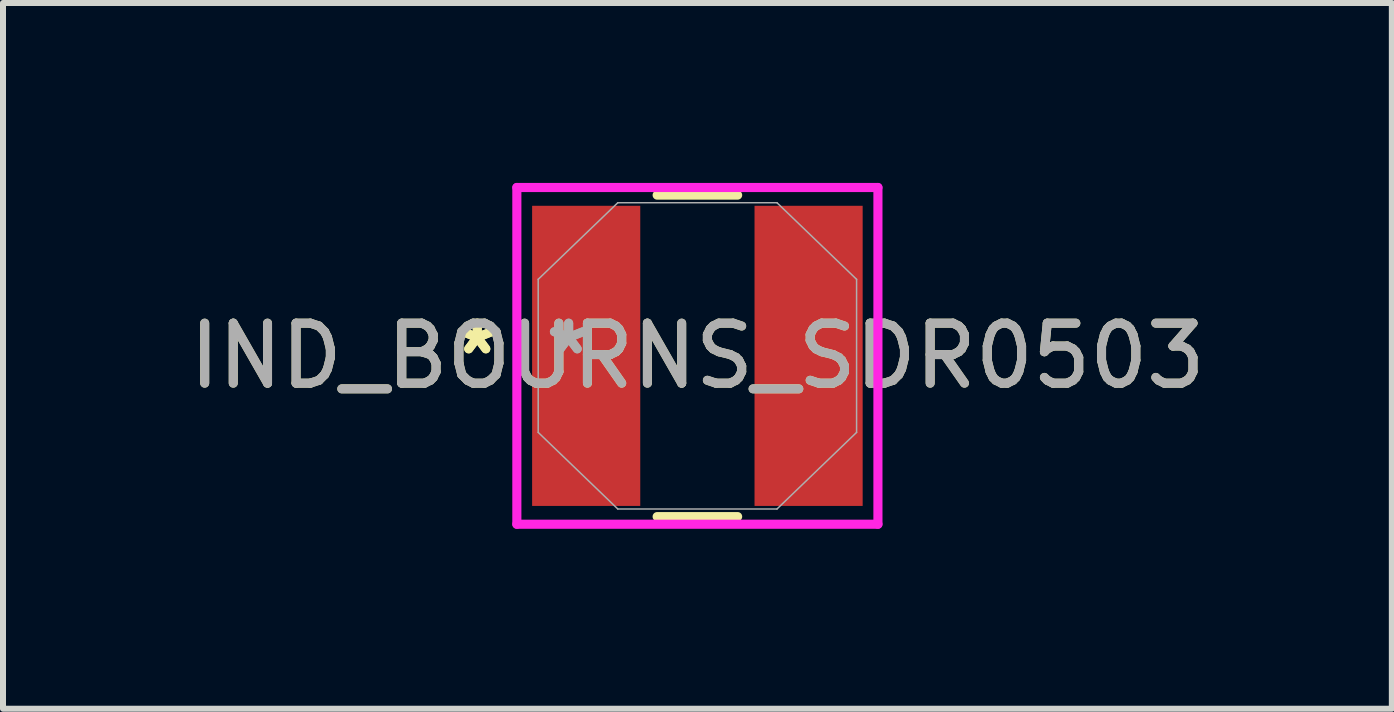
<source format=kicad_pcb>
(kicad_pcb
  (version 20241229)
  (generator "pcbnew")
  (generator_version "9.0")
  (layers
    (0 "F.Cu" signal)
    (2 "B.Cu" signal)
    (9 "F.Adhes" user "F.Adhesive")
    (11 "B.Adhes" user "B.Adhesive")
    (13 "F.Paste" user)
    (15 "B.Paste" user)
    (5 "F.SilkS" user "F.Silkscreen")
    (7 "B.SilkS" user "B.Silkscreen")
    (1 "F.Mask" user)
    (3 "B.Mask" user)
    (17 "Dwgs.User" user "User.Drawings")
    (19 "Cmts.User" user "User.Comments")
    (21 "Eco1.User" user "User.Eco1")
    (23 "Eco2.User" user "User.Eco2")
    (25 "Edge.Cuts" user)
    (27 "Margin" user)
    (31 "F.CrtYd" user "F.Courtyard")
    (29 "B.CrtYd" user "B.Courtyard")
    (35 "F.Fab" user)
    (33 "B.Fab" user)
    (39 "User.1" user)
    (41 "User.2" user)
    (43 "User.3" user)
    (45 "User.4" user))
  (footprint "IND_BOURNS_SDR0503"
    (layer "F.Cu")
    (at 8.577 2.883)
    (property "Reference" "IND_BOURNS_SDR0503" (at 0 0 0) (unlocked yes) (layer "F.SilkS") (effects (font (size 1 1) (thickness 0.15))))
    (attr smd)
    (fp_line (start -0.671 2.68) (end 0.671 2.68) (stroke (width 0.152) (type solid)) (layer "F.SilkS"))
    (fp_line (start 0.671 -2.68) (end -0.671 -2.68) (stroke (width 0.152) (type solid)) (layer "F.SilkS"))
    (fp_line (start -3.01 -2.807) (end 3.01 -2.807) (stroke (width 0.152) (type solid)) (layer "F.CrtYd"))
    (fp_line (start -3.01 2.807) (end -3.01 -2.807) (stroke (width 0.152) (type solid)) (layer "F.CrtYd"))
    (fp_line (start 3.01 -2.807) (end 3.01 2.807) (stroke (width 0.152) (type solid)) (layer "F.CrtYd"))
    (fp_line (start 3.01 2.807) (end -3.01 2.807) (stroke (width 0.152) (type solid)) (layer "F.CrtYd"))
    (fp_line (start -2.654 -1.276) (end -2.654 1.276) (stroke (width 0.025) (type solid)) (layer "F.Fab"))
    (fp_line (start -2.654 1.276) (end -1.327 2.553) (stroke (width 0.025) (type solid)) (layer "F.Fab"))
    (fp_line (start -1.327 -2.553) (end -2.654 -1.276) (stroke (width 0.025) (type solid)) (layer "F.Fab"))
    (fp_line (start -1.327 2.553) (end 1.327 2.553) (stroke (width 0.025) (type solid)) (layer "F.Fab"))
    (fp_line (start 1.327 -2.553) (end -1.327 -2.553) (stroke (width 0.025) (type solid)) (layer "F.Fab"))
    (fp_line (start 1.327 2.553) (end 2.654 1.276) (stroke (width 0.025) (type solid)) (layer "F.Fab"))
    (fp_line (start 2.654 -1.276) (end 1.327 -2.553) (stroke (width 0.025) (type solid)) (layer "F.Fab"))
    (fp_line (start 2.654 1.276) (end 2.654 -1.276) (stroke (width 0.025) (type solid)) (layer "F.Fab"))
    (fp_text user "*" (at -3.67 0 0) (unlocked yes) (layer "F.SilkS") (effects (font (size 1 1) (thickness 0.15))))
    (fp_text user "*" (at -3.67 0 0) (layer "F.SilkS") (effects (font (size 1 1) (thickness 0.15))))
    (fp_text user "*" (at -2.146 0 0) (unlocked yes) (layer "F.Fab") (effects (font (size 1 1) (thickness 0.15))))
    (fp_text user "*" (at -2.146 0 0) (layer "F.Fab") (effects (font (size 1 1) (thickness 0.15))))
    (fp_text user "${REFERENCE}" (at 0 0 0) (unlocked yes) (layer "F.Fab") (effects (font (size 1 1) (thickness 0.15))))
    (pad "1" smd rect (at -1.854 0) (size 1.803 5.004) (layers "F.Cu" "F.Mask" "F.Paste"))
    (pad "2" smd rect (at 1.854 0) (size 1.803 5.004) (layers "F.Cu" "F.Mask" "F.Paste")))
  (gr_rect
    (start -3 -3)
    (end 20.155 8.766)
    (stroke (width 0.1) (type default))
    (fill no)
    (layer "Edge.Cuts")))
</source>
